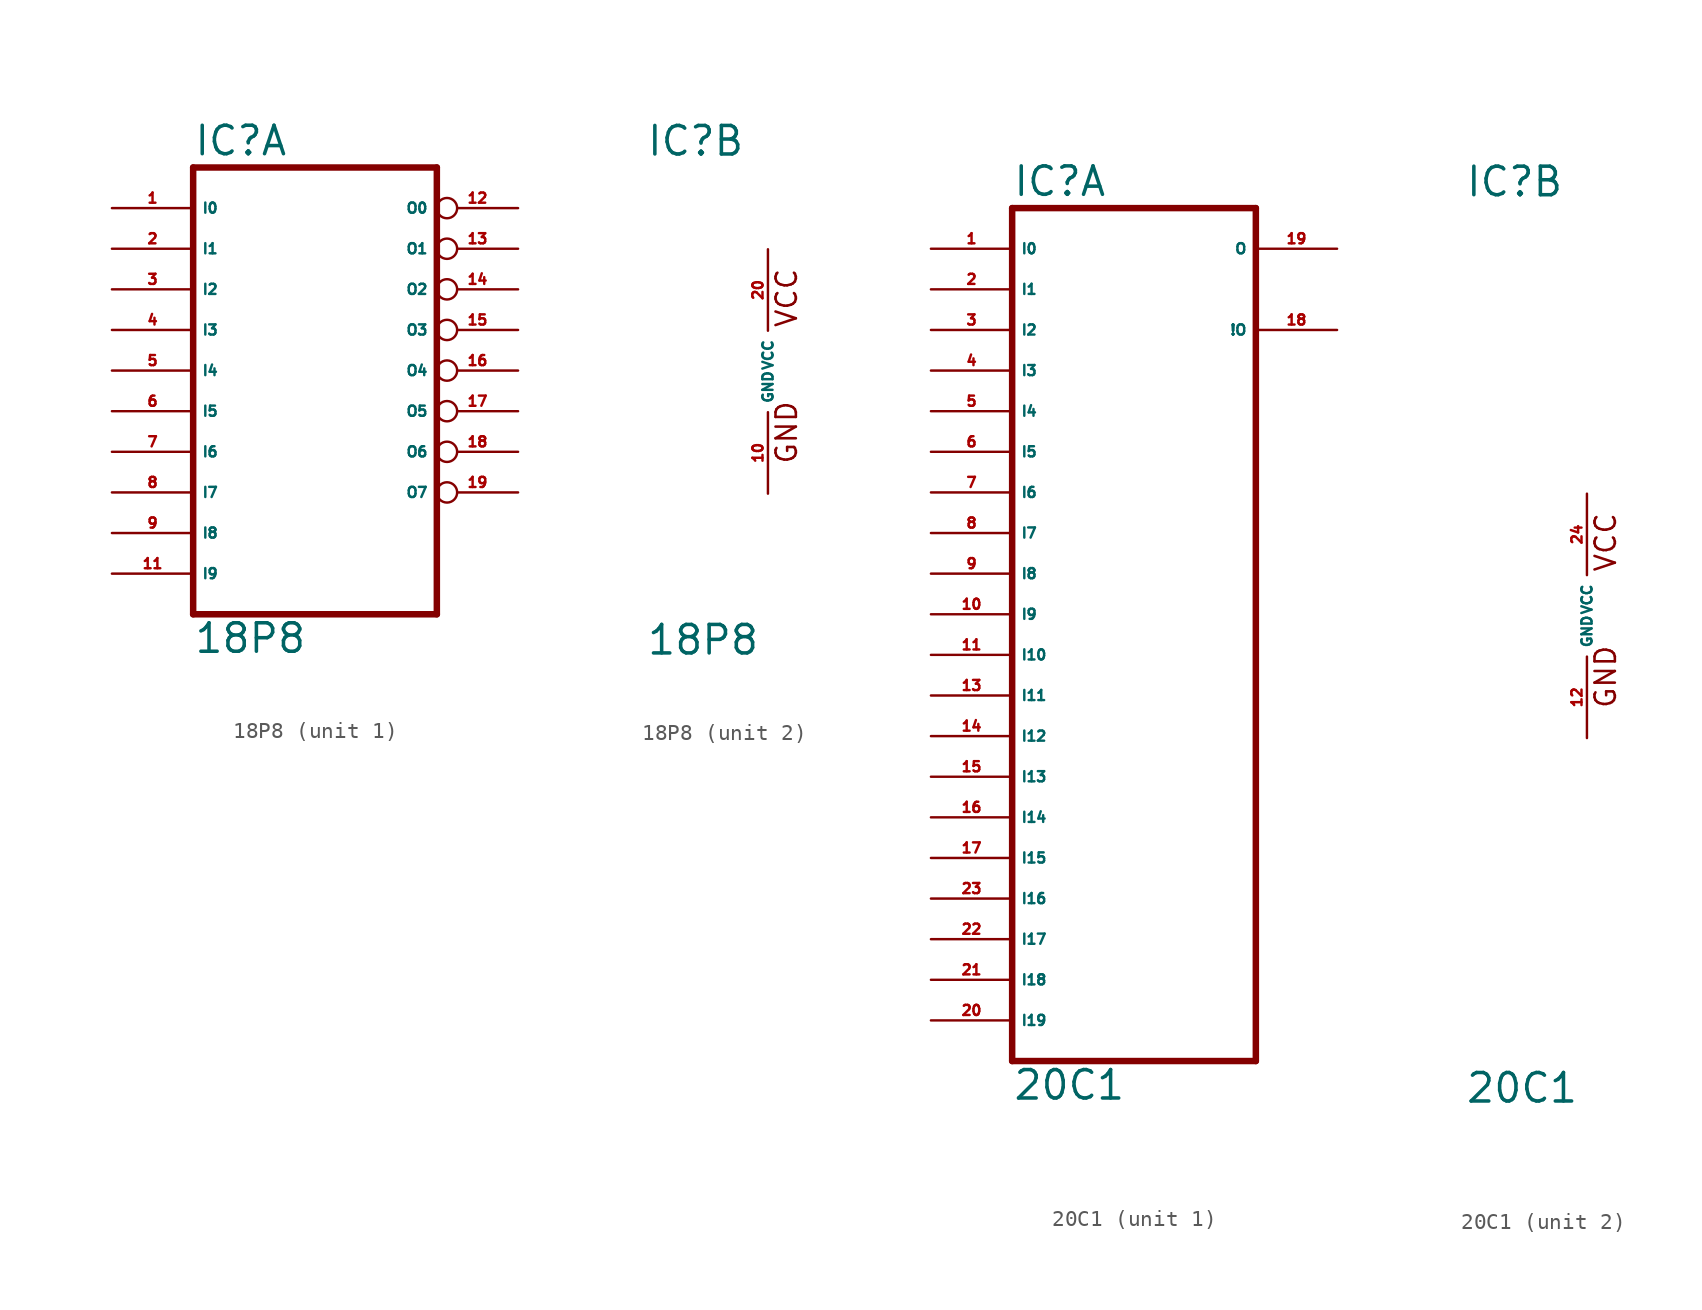
<source format=kicad_sym>
(kicad_symbol_lib
  (version 20220914)
  (generator Eagle2Kicad)
  (symbol "18P8"
    (property "Reference" "IC"
      (at -7.62 13.335 0)
      (effects (font (size 1.778 1.778) (thickness 0.22)) (justify left bottom)))
    (property "Value" "18P8"
      (at -7.62 -17.78 0)
      (effects (font (size 1.778 1.778) (thickness 0.22)) (justify left bottom)))
    (symbol "18P8_1_0"
      (polyline (pts (xy -7.62 -15.24) (xy 7.62 -15.24)) (stroke (width 0.406) (type default)) (fill (type none)))
      (polyline (pts (xy 7.62 -15.24) (xy 7.62 12.7)) (stroke (width 0.406) (type default)) (fill (type none)))
      (polyline (pts (xy 7.62 12.7) (xy -7.62 12.7)) (stroke (width 0.406) (type default)) (fill (type none)))
      (polyline (pts (xy -7.62 12.7) (xy -7.62 -15.24)) (stroke (width 0.406) (type default)) (fill (type none)))
      (pin input line (at -12.7 10.16 0) (length 5.08) (name "I0" (effects (font (size 0.635 0.635) (thickness 0.08)) (justify left bottom))) (number "1" (effects (font (size 0.635 0.635) (thickness 0.08)) (justify left bottom))))
      (pin input line (at -12.7 7.62 0) (length 5.08) (name "I1" (effects (font (size 0.635 0.635) (thickness 0.08)) (justify left bottom))) (number "2" (effects (font (size 0.635 0.635) (thickness 0.08)) (justify left bottom))))
      (pin input line (at -12.7 5.08 0) (length 5.08) (name "I2" (effects (font (size 0.635 0.635) (thickness 0.08)) (justify left bottom))) (number "3" (effects (font (size 0.635 0.635) (thickness 0.08)) (justify left bottom))))
      (pin input line (at -12.7 2.54 0) (length 5.08) (name "I3" (effects (font (size 0.635 0.635) (thickness 0.08)) (justify left bottom))) (number "4" (effects (font (size 0.635 0.635) (thickness 0.08)) (justify left bottom))))
      (pin input line (at -12.7 0 0) (length 5.08) (name "I4" (effects (font (size 0.635 0.635) (thickness 0.08)) (justify left bottom))) (number "5" (effects (font (size 0.635 0.635) (thickness 0.08)) (justify left bottom))))
      (pin input line (at -12.7 -2.54 0) (length 5.08) (name "I5" (effects (font (size 0.635 0.635) (thickness 0.08)) (justify left bottom))) (number "6" (effects (font (size 0.635 0.635) (thickness 0.08)) (justify left bottom))))
      (pin input line (at -12.7 -5.08 0) (length 5.08) (name "I6" (effects (font (size 0.635 0.635) (thickness 0.08)) (justify left bottom))) (number "7" (effects (font (size 0.635 0.635) (thickness 0.08)) (justify left bottom))))
      (pin input line (at -12.7 -7.62 0) (length 5.08) (name "I7" (effects (font (size 0.635 0.635) (thickness 0.08)) (justify left bottom))) (number "8" (effects (font (size 0.635 0.635) (thickness 0.08)) (justify left bottom))))
      (pin input line (at -12.7 -10.16 0) (length 5.08) (name "I8" (effects (font (size 0.635 0.635) (thickness 0.08)) (justify left bottom))) (number "9" (effects (font (size 0.635 0.635) (thickness 0.08)) (justify left bottom))))
      (pin bidirectional inverted (at 12.7 7.62 180) (length 5.08) (name "O1" (effects (font (size 0.635 0.635) (thickness 0.08)) (justify left bottom))) (number "13" (effects (font (size 0.635 0.635) (thickness 0.08)) (justify left bottom))))
      (pin bidirectional inverted (at 12.7 5.08 180) (length 5.08) (name "O2" (effects (font (size 0.635 0.635) (thickness 0.08)) (justify left bottom))) (number "14" (effects (font (size 0.635 0.635) (thickness 0.08)) (justify left bottom))))
      (pin bidirectional inverted (at 12.7 2.54 180) (length 5.08) (name "O3" (effects (font (size 0.635 0.635) (thickness 0.08)) (justify left bottom))) (number "15" (effects (font (size 0.635 0.635) (thickness 0.08)) (justify left bottom))))
      (pin bidirectional inverted (at 12.7 0 180) (length 5.08) (name "O4" (effects (font (size 0.635 0.635) (thickness 0.08)) (justify left bottom))) (number "16" (effects (font (size 0.635 0.635) (thickness 0.08)) (justify left bottom))))
      (pin bidirectional inverted (at 12.7 -2.54 180) (length 5.08) (name "O5" (effects (font (size 0.635 0.635) (thickness 0.08)) (justify left bottom))) (number "17" (effects (font (size 0.635 0.635) (thickness 0.08)) (justify left bottom))))
      (pin bidirectional inverted (at 12.7 -5.08 180) (length 5.08) (name "O6" (effects (font (size 0.635 0.635) (thickness 0.08)) (justify left bottom))) (number "18" (effects (font (size 0.635 0.635) (thickness 0.08)) (justify left bottom))))
      (pin bidirectional inverted (at 12.7 -7.62 180) (length 5.08) (name "O7" (effects (font (size 0.635 0.635) (thickness 0.08)) (justify left bottom))) (number "19" (effects (font (size 0.635 0.635) (thickness 0.08)) (justify left bottom))))
      (pin bidirectional inverted (at 12.7 10.16 180) (length 5.08) (name "O0" (effects (font (size 0.635 0.635) (thickness 0.08)) (justify left bottom))) (number "12" (effects (font (size 0.635 0.635) (thickness 0.08)) (justify left bottom))))
      (pin input line (at -12.7 -12.7 0) (length 5.08) (name "I9" (effects (font (size 0.635 0.635) (thickness 0.08)) (justify left bottom))) (number "11" (effects (font (size 0.635 0.635) (thickness 0.08)) (justify left bottom)))))
    (symbol "18P8_2_0"
      (text "GND" (at 1.905 -5.842 900) (effects (font (size 1.27 1.27) (thickness 0.16)) (justify left bottom)))
      (text "VCC" (at 1.905 2.667 900) (effects (font (size 1.27 1.27) (thickness 0.16)) (justify left bottom)))
      (pin unspecified line (at 0 -7.62 90) (length 5.08) (name "GND" (effects (font (size 0.635 0.635) (thickness 0.08)) (justify left bottom))) (number "10" (effects (font (size 0.635 0.635) (thickness 0.08)) (justify left bottom))))
      (pin unspecified line (at 0 7.62 270) (length 5.08) (name "VCC" (effects (font (size 0.635 0.635) (thickness 0.08)) (justify left bottom))) (number "20" (effects (font (size 0.635 0.635) (thickness 0.08)) (justify left bottom))))))
  (symbol "20C1"
    (property "Reference" "IC"
      (at -7.62 26.035 0)
      (effects (font (size 1.778 1.778) (thickness 0.22)) (justify left bottom)))
    (property "Value" "20C1"
      (at -7.62 -30.48 0)
      (effects (font (size 1.778 1.778) (thickness 0.22)) (justify left bottom)))
    (symbol "20C1_1_0"
      (polyline (pts (xy -7.62 -27.94) (xy 7.62 -27.94)) (stroke (width 0.406) (type default)) (fill (type none)))
      (polyline (pts (xy 7.62 -27.94) (xy 7.62 25.4)) (stroke (width 0.406) (type default)) (fill (type none)))
      (polyline (pts (xy 7.62 25.4) (xy -7.62 25.4)) (stroke (width 0.406) (type default)) (fill (type none)))
      (polyline (pts (xy -7.62 25.4) (xy -7.62 -27.94)) (stroke (width 0.406) (type default)) (fill (type none)))
      (pin input line (at -12.7 22.86 0) (length 5.08) (name "I0" (effects (font (size 0.635 0.635) (thickness 0.08)) (justify left bottom))) (number "1" (effects (font (size 0.635 0.635) (thickness 0.08)) (justify left bottom))))
      (pin input line (at -12.7 20.32 0) (length 5.08) (name "I1" (effects (font (size 0.635 0.635) (thickness 0.08)) (justify left bottom))) (number "2" (effects (font (size 0.635 0.635) (thickness 0.08)) (justify left bottom))))
      (pin input line (at -12.7 17.78 0) (length 5.08) (name "I2" (effects (font (size 0.635 0.635) (thickness 0.08)) (justify left bottom))) (number "3" (effects (font (size 0.635 0.635) (thickness 0.08)) (justify left bottom))))
      (pin input line (at -12.7 15.24 0) (length 5.08) (name "I3" (effects (font (size 0.635 0.635) (thickness 0.08)) (justify left bottom))) (number "4" (effects (font (size 0.635 0.635) (thickness 0.08)) (justify left bottom))))
      (pin input line (at -12.7 12.7 0) (length 5.08) (name "I4" (effects (font (size 0.635 0.635) (thickness 0.08)) (justify left bottom))) (number "5" (effects (font (size 0.635 0.635) (thickness 0.08)) (justify left bottom))))
      (pin input line (at -12.7 10.16 0) (length 5.08) (name "I5" (effects (font (size 0.635 0.635) (thickness 0.08)) (justify left bottom))) (number "6" (effects (font (size 0.635 0.635) (thickness 0.08)) (justify left bottom))))
      (pin input line (at -12.7 7.62 0) (length 5.08) (name "I6" (effects (font (size 0.635 0.635) (thickness 0.08)) (justify left bottom))) (number "7" (effects (font (size 0.635 0.635) (thickness 0.08)) (justify left bottom))))
      (pin input line (at -12.7 5.08 0) (length 5.08) (name "I7" (effects (font (size 0.635 0.635) (thickness 0.08)) (justify left bottom))) (number "8" (effects (font (size 0.635 0.635) (thickness 0.08)) (justify left bottom))))
      (pin input line (at -12.7 2.54 0) (length 5.08) (name "I8" (effects (font (size 0.635 0.635) (thickness 0.08)) (justify left bottom))) (number "9" (effects (font (size 0.635 0.635) (thickness 0.08)) (justify left bottom))))
      (pin input line (at -12.7 0 0) (length 5.08) (name "I9" (effects (font (size 0.635 0.635) (thickness 0.08)) (justify left bottom))) (number "10" (effects (font (size 0.635 0.635) (thickness 0.08)) (justify left bottom))))
      (pin input line (at -12.7 -2.54 0) (length 5.08) (name "I10" (effects (font (size 0.635 0.635) (thickness 0.08)) (justify left bottom))) (number "11" (effects (font (size 0.635 0.635) (thickness 0.08)) (justify left bottom))))
      (pin input line (at -12.7 -5.08 0) (length 5.08) (name "I11" (effects (font (size 0.635 0.635) (thickness 0.08)) (justify left bottom))) (number "13" (effects (font (size 0.635 0.635) (thickness 0.08)) (justify left bottom))))
      (pin input line (at -12.7 -7.62 0) (length 5.08) (name "I12" (effects (font (size 0.635 0.635) (thickness 0.08)) (justify left bottom))) (number "14" (effects (font (size 0.635 0.635) (thickness 0.08)) (justify left bottom))))
      (pin input line (at -12.7 -10.16 0) (length 5.08) (name "I13" (effects (font (size 0.635 0.635) (thickness 0.08)) (justify left bottom))) (number "15" (effects (font (size 0.635 0.635) (thickness 0.08)) (justify left bottom))))
      (pin input line (at -12.7 -12.7 0) (length 5.08) (name "I14" (effects (font (size 0.635 0.635) (thickness 0.08)) (justify left bottom))) (number "16" (effects (font (size 0.635 0.635) (thickness 0.08)) (justify left bottom))))
      (pin input line (at -12.7 -15.24 0) (length 5.08) (name "I15" (effects (font (size 0.635 0.635) (thickness 0.08)) (justify left bottom))) (number "17" (effects (font (size 0.635 0.635) (thickness 0.08)) (justify left bottom))))
      (pin output line (at 12.7 17.78 180) (length 5.08) (name "!O" (effects (font (size 0.635 0.635) (thickness 0.08)) (justify left bottom))) (number "18" (effects (font (size 0.635 0.635) (thickness 0.08)) (justify left bottom))))
      (pin output line (at 12.7 22.86 180) (length 5.08) (name "O" (effects (font (size 0.635 0.635) (thickness 0.08)) (justify left bottom))) (number "19" (effects (font (size 0.635 0.635) (thickness 0.08)) (justify left bottom))))
      (pin input line (at -12.7 -25.4 0) (length 5.08) (name "I19" (effects (font (size 0.635 0.635) (thickness 0.08)) (justify left bottom))) (number "20" (effects (font (size 0.635 0.635) (thickness 0.08)) (justify left bottom))))
      (pin input line (at -12.7 -22.86 0) (length 5.08) (name "I18" (effects (font (size 0.635 0.635) (thickness 0.08)) (justify left bottom))) (number "21" (effects (font (size 0.635 0.635) (thickness 0.08)) (justify left bottom))))
      (pin input line (at -12.7 -20.32 0) (length 5.08) (name "I17" (effects (font (size 0.635 0.635) (thickness 0.08)) (justify left bottom))) (number "22" (effects (font (size 0.635 0.635) (thickness 0.08)) (justify left bottom))))
      (pin input line (at -12.7 -17.78 0) (length 5.08) (name "I16" (effects (font (size 0.635 0.635) (thickness 0.08)) (justify left bottom))) (number "23" (effects (font (size 0.635 0.635) (thickness 0.08)) (justify left bottom)))))
    (symbol "20C1_2_0"
      (text "GND" (at 1.905 -5.842 900) (effects (font (size 1.27 1.27) (thickness 0.16)) (justify left bottom)))
      (text "VCC" (at 1.905 2.667 900) (effects (font (size 1.27 1.27) (thickness 0.16)) (justify left bottom)))
      (pin unspecified line (at 0 -7.62 90) (length 5.08) (name "GND" (effects (font (size 0.635 0.635) (thickness 0.08)) (justify left bottom))) (number "12" (effects (font (size 0.635 0.635) (thickness 0.08)) (justify left bottom))))
      (pin unspecified line (at 0 7.62 270) (length 5.08) (name "VCC" (effects (font (size 0.635 0.635) (thickness 0.08)) (justify left bottom))) (number "24" (effects (font (size 0.635 0.635) (thickness 0.08)) (justify left bottom)))))))
</source>
